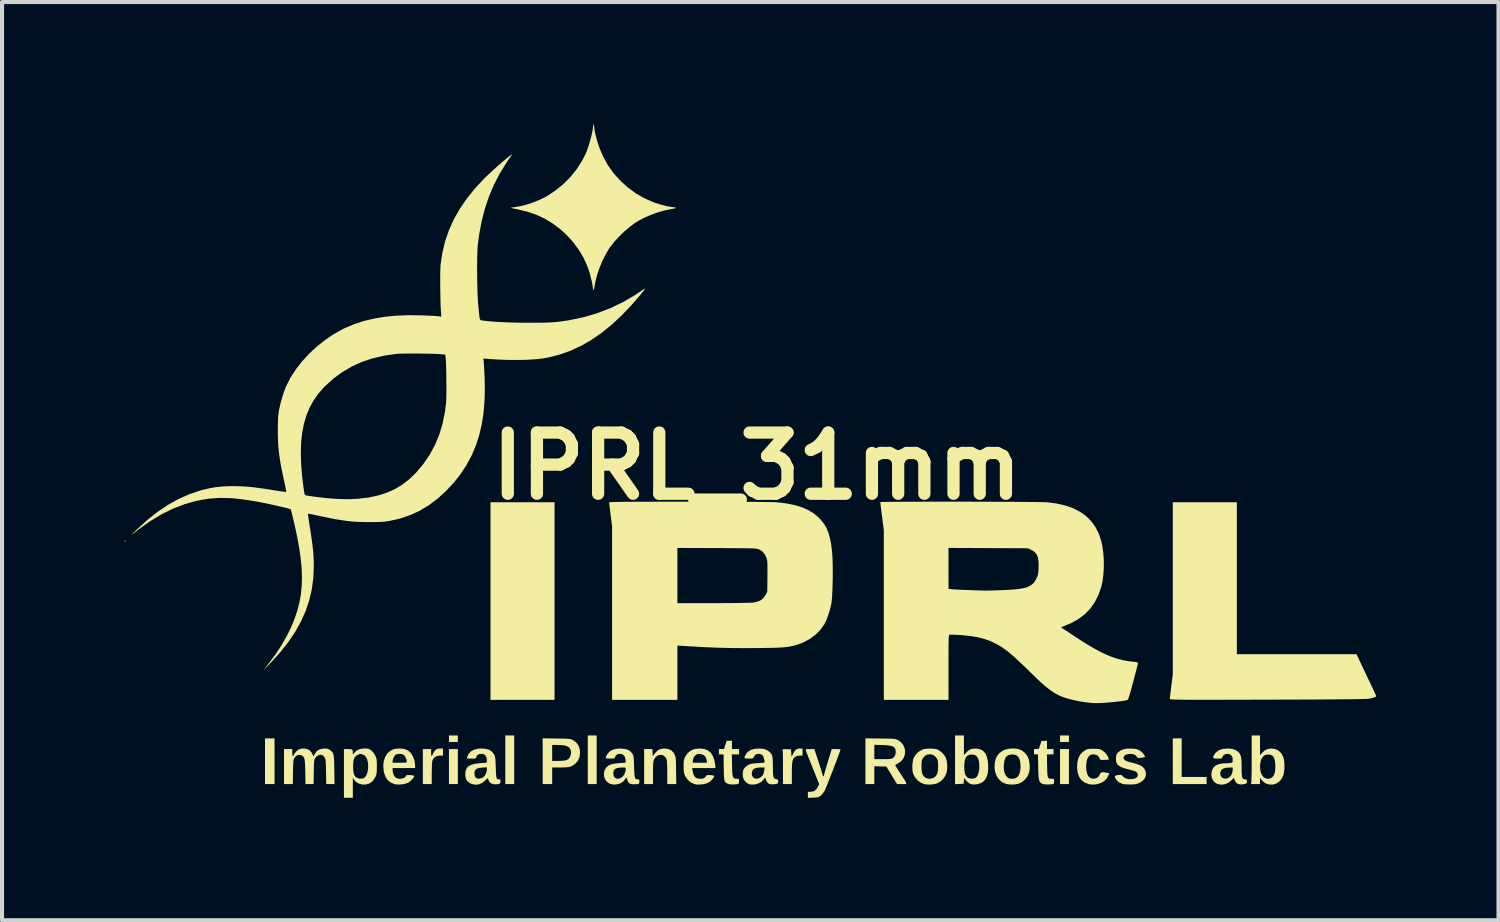
<source format=kicad_pcb>
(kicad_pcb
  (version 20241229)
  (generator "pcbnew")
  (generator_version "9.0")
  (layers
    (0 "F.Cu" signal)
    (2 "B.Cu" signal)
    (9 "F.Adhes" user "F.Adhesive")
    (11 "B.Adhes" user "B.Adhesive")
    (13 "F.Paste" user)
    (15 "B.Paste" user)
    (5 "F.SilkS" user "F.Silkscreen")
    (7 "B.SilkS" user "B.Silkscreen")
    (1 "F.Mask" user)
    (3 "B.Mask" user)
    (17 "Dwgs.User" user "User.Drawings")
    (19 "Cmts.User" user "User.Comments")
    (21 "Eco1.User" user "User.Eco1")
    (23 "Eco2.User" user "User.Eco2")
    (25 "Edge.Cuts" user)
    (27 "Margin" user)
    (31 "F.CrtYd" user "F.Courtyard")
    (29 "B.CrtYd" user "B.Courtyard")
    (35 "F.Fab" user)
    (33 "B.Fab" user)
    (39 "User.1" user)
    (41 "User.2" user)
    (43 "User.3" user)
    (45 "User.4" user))
  (footprint "IPRL_31mm"
    (layer "F.Cu")
    (at 15.508 8.378)
    (property "Reference" "IPRL_31mm" (at 0 0 0) (layer "F.SilkS") (effects (font (size 1.5 1.5) (thickness 0.3))))
    (attr board_only exclude_from_pos_files exclude_from_bom)
    (fp_poly (pts (xy -15.48 1.826) (xy -15.479 1.831) (xy -15.489 1.852) (xy -15.493 1.855) (xy -15.507 1.854) (xy -15.508 1.849) (xy -15.497 1.829) (xy -15.493 1.826)) (stroke (width 0) (type solid)) (fill yes) (layer "F.SilkS"))
    (fp_poly (pts (xy -11.827 7.237) (xy -11.827 7.797) (xy -11.944 7.797) (xy -12.06 7.797) (xy -12.06 7.237) (xy -12.06 6.677) (xy -11.944 6.677) (xy -11.827 6.677)) (stroke (width 0) (type solid)) (fill yes) (layer "F.SilkS"))
    (fp_poly (pts (xy -7.332 6.685) (xy -7.332 6.765) (xy -7.441 6.765) (xy -7.55 6.765) (xy -7.55 6.685) (xy -7.55 6.605) (xy -7.441 6.605) (xy -7.332 6.605)) (stroke (width 0) (type solid)) (fill yes) (layer "F.SilkS"))
    (fp_poly (pts (xy -7.332 7.368) (xy -7.332 7.797) (xy -7.441 7.797) (xy -7.55 7.797) (xy -7.55 7.368) (xy -7.55 6.939) (xy -7.441 6.939) (xy -7.332 6.939)) (stroke (width 0) (type solid)) (fill yes) (layer "F.SilkS"))
    (fp_poly (pts (xy -5.95 7.201) (xy -5.95 7.797) (xy -6.059 7.797) (xy -6.168 7.797) (xy -6.168 7.201) (xy -6.168 6.605) (xy -6.059 6.605) (xy -5.95 6.605)) (stroke (width 0) (type solid)) (fill yes) (layer "F.SilkS"))
    (fp_poly (pts (xy -4.961 3.31) (xy -4.961 5.732) (xy -5.746 5.732) (xy -6.532 5.732) (xy -6.532 3.31) (xy -6.532 0.887) (xy -5.746 0.887) (xy -4.961 0.887)) (stroke (width 0) (type solid)) (fill yes) (layer "F.SilkS"))
    (fp_poly (pts (xy -3.928 7.201) (xy -3.928 7.797) (xy -4.037 7.797) (xy -4.146 7.797) (xy -4.146 7.201) (xy -4.146 6.605) (xy -4.037 6.605) (xy -3.928 6.605)) (stroke (width 0) (type solid)) (fill yes) (layer "F.SilkS"))
    (fp_poly (pts (xy 7.652 6.685) (xy 7.652 6.765) (xy 7.543 6.765) (xy 7.434 6.765) (xy 7.434 6.685) (xy 7.434 6.605) (xy 7.543 6.605) (xy 7.652 6.605)) (stroke (width 0) (type solid)) (fill yes) (layer "F.SilkS"))
    (fp_poly (pts (xy 7.652 7.368) (xy 7.652 7.797) (xy 7.543 7.797) (xy 7.434 7.797) (xy 7.434 7.368) (xy 7.434 6.939) (xy 7.543 6.939) (xy 7.652 6.939)) (stroke (width 0) (type solid)) (fill yes) (layer "F.SilkS"))
    (fp_poly (pts (xy 10.416 7.15) (xy 10.416 7.623) (xy 10.722 7.623) (xy 11.027 7.623) (xy 11.027 7.71) (xy 11.027 7.797) (xy 10.612 7.797) (xy 10.198 7.797) (xy 10.198 7.237) (xy 10.198 6.677) (xy 10.307 6.677) (xy 10.416 6.677)) (stroke (width 0) (type solid)) (fill yes) (layer "F.SilkS"))
    (fp_poly (pts (xy -7.696 7.012) (xy -7.696 7.099) (xy -7.775 7.099) (xy -7.85 7.111) (xy -7.908 7.145) (xy -7.947 7.2) (xy -7.957 7.227) (xy -7.962 7.259) (xy -7.966 7.315) (xy -7.969 7.387) (xy -7.971 7.47) (xy -7.972 7.539) (xy -7.972 7.797) (xy -8.081 7.797) (xy -8.19 7.797) (xy -8.19 7.368) (xy -8.19 6.939) (xy -8.088 6.939) (xy -7.987 6.939) (xy -7.987 7.026) (xy -7.985 7.072) (xy -7.981 7.104) (xy -7.976 7.114) (xy -7.964 7.101) (xy -7.948 7.07) (xy -7.938 7.048) (xy -7.902 6.983) (xy -7.857 6.944) (xy -7.798 6.926) (xy -7.766 6.925) (xy -7.696 6.925)) (stroke (width 0) (type solid)) (fill yes) (layer "F.SilkS"))
    (fp_poly (pts (xy 1.12 7.012) (xy 1.12 7.099) (xy 1.049 7.099) (xy 0.988 7.106) (xy 0.942 7.128) (xy 0.939 7.131) (xy 0.912 7.154) (xy 0.892 7.181) (xy 0.878 7.215) (xy 0.868 7.261) (xy 0.862 7.322) (xy 0.859 7.404) (xy 0.858 7.509) (xy 0.858 7.528) (xy 0.858 7.797) (xy 0.749 7.797) (xy 0.64 7.797) (xy 0.64 7.391) (xy 0.64 7.285) (xy 0.639 7.187) (xy 0.638 7.101) (xy 0.636 7.033) (xy 0.634 6.985) (xy 0.631 6.962) (xy 0.631 6.962) (xy 0.63 6.949) (xy 0.641 6.943) (xy 0.669 6.941) (xy 0.721 6.942) (xy 0.729 6.942) (xy 0.836 6.946) (xy 0.844 7.04) (xy 0.851 7.134) (xy 0.887 7.057) (xy 0.924 6.99) (xy 0.965 6.949) (xy 1.014 6.928) (xy 1.057 6.925) (xy 1.12 6.925)) (stroke (width 0) (type solid)) (fill yes) (layer "F.SilkS"))
    (fp_poly (pts (xy -2.174 6.935) (xy -2.104 6.966) (xy -2.049 7.019) (xy -2.023 7.062) (xy -2.011 7.087) (xy -2.002 7.11) (xy -1.995 7.136) (xy -1.99 7.17) (xy -1.987 7.215) (xy -1.984 7.277) (xy -1.982 7.359) (xy -1.981 7.466) (xy -1.981 7.466) (xy -1.975 7.797) (xy -2.086 7.797) (xy -2.197 7.797) (xy -2.197 7.525) (xy -2.198 7.435) (xy -2.2 7.351) (xy -2.203 7.281) (xy -2.207 7.228) (xy -2.211 7.2) (xy -2.241 7.138) (xy -2.288 7.097) (xy -2.348 7.08) (xy -2.353 7.079) (xy -2.421 7.091) (xy -2.476 7.128) (xy -2.517 7.186) (xy -2.527 7.209) (xy -2.534 7.234) (xy -2.54 7.266) (xy -2.543 7.31) (xy -2.545 7.371) (xy -2.546 7.453) (xy -2.546 7.52) (xy -2.546 7.797) (xy -2.655 7.797) (xy -2.764 7.797) (xy -2.764 7.368) (xy -2.764 6.939) (xy -2.663 6.939) (xy -2.562 6.939) (xy -2.557 7.027) (xy -2.553 7.114) (xy -2.502 7.046) (xy -2.444 6.982) (xy -2.381 6.944) (xy -2.306 6.927) (xy -2.262 6.925)) (stroke (width 0) (type solid)) (fill yes) (layer "F.SilkS"))
    (fp_poly (pts (xy -0.611 6.837) (xy -0.611 6.939) (xy -0.524 6.939) (xy -0.436 6.939) (xy -0.436 7.005) (xy -0.436 7.07) (xy -0.525 7.07) (xy -0.613 7.07) (xy -0.608 7.338) (xy -0.606 7.444) (xy -0.602 7.524) (xy -0.596 7.583) (xy -0.585 7.623) (xy -0.569 7.647) (xy -0.547 7.661) (xy -0.518 7.666) (xy -0.492 7.667) (xy -0.456 7.668) (xy -0.441 7.678) (xy -0.437 7.706) (xy -0.436 7.724) (xy -0.44 7.763) (xy -0.448 7.787) (xy -0.451 7.79) (xy -0.482 7.8) (xy -0.532 7.805) (xy -0.59 7.807) (xy -0.646 7.804) (xy -0.691 7.797) (xy -0.706 7.793) (xy -0.737 7.777) (xy -0.761 7.761) (xy -0.779 7.741) (xy -0.792 7.713) (xy -0.801 7.673) (xy -0.806 7.617) (xy -0.809 7.541) (xy -0.811 7.442) (xy -0.812 7.389) (xy -0.816 7.07) (xy -0.874 7.07) (xy -0.931 7.07) (xy -0.931 7.005) (xy -0.931 6.939) (xy -0.868 6.939) (xy -0.806 6.939) (xy -0.773 6.837) (xy -0.74 6.736) (xy -0.676 6.736) (xy -0.611 6.736)) (stroke (width 0) (type solid)) (fill yes) (layer "F.SilkS"))
    (fp_poly (pts (xy 7.114 6.837) (xy 7.114 6.939) (xy 7.194 6.939) (xy 7.274 6.939) (xy 7.274 7.005) (xy 7.274 7.07) (xy 7.193 7.07) (xy 7.112 7.07) (xy 7.117 7.348) (xy 7.119 7.452) (xy 7.122 7.53) (xy 7.127 7.587) (xy 7.136 7.625) (xy 7.15 7.649) (xy 7.17 7.661) (xy 7.198 7.666) (xy 7.233 7.667) (xy 7.269 7.668) (xy 7.284 7.678) (xy 7.288 7.706) (xy 7.288 7.724) (xy 7.285 7.763) (xy 7.276 7.788) (xy 7.273 7.791) (xy 7.242 7.8) (xy 7.192 7.805) (xy 7.133 7.807) (xy 7.074 7.805) (xy 7.025 7.798) (xy 7.002 7.792) (xy 6.972 7.776) (xy 6.948 7.755) (xy 6.931 7.728) (xy 6.918 7.689) (xy 6.909 7.634) (xy 6.904 7.561) (xy 6.9 7.466) (xy 6.898 7.372) (xy 6.893 7.07) (xy 6.843 7.07) (xy 6.813 7.069) (xy 6.798 7.059) (xy 6.794 7.033) (xy 6.794 7.005) (xy 6.794 6.941) (xy 6.854 6.936) (xy 6.915 6.932) (xy 6.946 6.837) (xy 6.978 6.743) (xy 7.046 6.738) (xy 7.114 6.734)) (stroke (width 0) (type solid)) (fill yes) (layer "F.SilkS"))
    (fp_poly (pts (xy -4.913 6.68) (xy -4.805 6.682) (xy -4.721 6.683) (xy -4.658 6.686) (xy -4.611 6.689) (xy -4.577 6.694) (xy -4.552 6.7) (xy -4.531 6.709) (xy -4.517 6.716) (xy -4.435 6.773) (xy -4.378 6.845) (xy -4.345 6.932) (xy -4.335 7.03) (xy -4.348 7.134) (xy -4.387 7.223) (xy -4.449 7.297) (xy -4.532 7.353) (xy -4.581 7.373) (xy -4.615 7.38) (xy -4.671 7.385) (xy -4.742 7.389) (xy -4.822 7.39) (xy -4.825 7.39) (xy -5.019 7.39) (xy -5.019 7.594) (xy -5.019 7.797) (xy -5.135 7.797) (xy -5.252 7.797) (xy -5.252 7.236) (xy -5.252 7.034) (xy -5.019 7.034) (xy -5.019 7.23) (xy -4.87 7.229) (xy -4.801 7.227) (xy -4.738 7.222) (xy -4.689 7.216) (xy -4.671 7.211) (xy -4.614 7.177) (xy -4.575 7.121) (xy -4.557 7.046) (xy -4.556 6.994) (xy -4.568 6.954) (xy -4.585 6.925) (xy -4.616 6.89) (xy -4.659 6.866) (xy -4.717 6.85) (xy -4.796 6.841) (xy -4.884 6.839) (xy -5.019 6.837) (xy -5.019 7.034) (xy -5.252 7.034) (xy -5.252 6.675)) (stroke (width 0) (type solid)) (fill yes) (layer "F.SilkS"))
    (fp_poly (pts (xy 5.077 6.847) (xy 5.077 7.089) (xy 5.136 7.022) (xy 5.191 6.97) (xy 5.251 6.939) (xy 5.322 6.927) (xy 5.392 6.928) (xy 5.479 6.946) (xy 5.548 6.983) (xy 5.601 7.043) (xy 5.639 7.124) (xy 5.662 7.23) (xy 5.671 7.336) (xy 5.671 7.445) (xy 5.661 7.534) (xy 5.639 7.609) (xy 5.603 7.678) (xy 5.596 7.689) (xy 5.548 7.739) (xy 5.48 7.777) (xy 5.401 7.801) (xy 5.318 7.808) (xy 5.242 7.797) (xy 5.207 7.778) (xy 5.165 7.745) (xy 5.137 7.716) (xy 5.079 7.65) (xy 5.074 7.72) (xy 5.07 7.79) (xy 4.964 7.794) (xy 4.859 7.799) (xy 4.859 7.368) (xy 5.084 7.368) (xy 5.089 7.468) (xy 5.102 7.544) (xy 5.127 7.598) (xy 5.163 7.636) (xy 5.177 7.645) (xy 5.234 7.663) (xy 5.296 7.664) (xy 5.353 7.649) (xy 5.373 7.637) (xy 5.407 7.595) (xy 5.433 7.53) (xy 5.45 7.45) (xy 5.455 7.365) (xy 5.449 7.258) (xy 5.428 7.176) (xy 5.393 7.118) (xy 5.343 7.083) (xy 5.277 7.071) (xy 5.269 7.07) (xy 5.203 7.08) (xy 5.153 7.108) (xy 5.117 7.157) (xy 5.095 7.229) (xy 5.085 7.326) (xy 5.084 7.368) (xy 4.859 7.368) (xy 4.859 7.202) (xy 4.859 6.605) (xy 4.968 6.605) (xy 5.077 6.605)) (stroke (width 0) (type solid)) (fill yes) (layer "F.SilkS"))
    (fp_poly (pts (xy 6.423 6.941) (xy 6.423 6.941) (xy 6.492 6.97) (xy 6.559 7.021) (xy 6.616 7.085) (xy 6.648 7.139) (xy 6.674 7.218) (xy 6.688 7.313) (xy 6.689 7.412) (xy 6.677 7.505) (xy 6.671 7.527) (xy 6.633 7.611) (xy 6.574 7.687) (xy 6.501 7.748) (xy 6.42 7.787) (xy 6.415 7.789) (xy 6.32 7.807) (xy 6.218 7.809) (xy 6.122 7.796) (xy 6.092 7.787) (xy 6.003 7.743) (xy 5.93 7.677) (xy 5.876 7.593) (xy 5.841 7.493) (xy 5.827 7.382) (xy 5.831 7.332) (xy 6.055 7.332) (xy 6.056 7.437) (xy 6.072 7.521) (xy 6.106 7.588) (xy 6.132 7.618) (xy 6.165 7.648) (xy 6.197 7.662) (xy 6.241 7.666) (xy 6.255 7.667) (xy 6.323 7.659) (xy 6.372 7.637) (xy 6.415 7.59) (xy 6.446 7.519) (xy 6.463 7.429) (xy 6.466 7.361) (xy 6.458 7.255) (xy 6.436 7.175) (xy 6.398 7.117) (xy 6.345 7.083) (xy 6.276 7.07) (xy 6.268 7.07) (xy 6.194 7.079) (xy 6.137 7.105) (xy 6.096 7.152) (xy 6.07 7.222) (xy 6.056 7.316) (xy 6.055 7.332) (xy 5.831 7.332) (xy 5.835 7.271) (xy 5.854 7.186) (xy 5.883 7.119) (xy 5.929 7.058) (xy 5.947 7.037) (xy 6.017 6.985) (xy 6.105 6.947) (xy 6.206 6.927) (xy 6.314 6.924)) (stroke (width 0) (type solid)) (fill yes) (layer "F.SilkS"))
    (fp_poly (pts (xy 11.769 2.749) (xy 11.769 4.612) (xy 13.235 4.612) (xy 14.702 4.612) (xy 14.941 5.115) (xy 14.995 5.228) (xy 15.044 5.333) (xy 15.089 5.427) (xy 15.126 5.507) (xy 15.156 5.571) (xy 15.176 5.615) (xy 15.184 5.636) (xy 15.185 5.637) (xy 15.176 5.654) (xy 15.141 5.671) (xy 15.078 5.689) (xy 14.999 5.704) (xy 14.975 5.707) (xy 14.932 5.709) (xy 14.869 5.711) (xy 14.786 5.713) (xy 14.681 5.715) (xy 14.553 5.717) (xy 14.403 5.718) (xy 14.229 5.72) (xy 14.031 5.721) (xy 13.807 5.723) (xy 13.558 5.724) (xy 13.282 5.725) (xy 12.978 5.726) (xy 12.647 5.727) (xy 12.515 5.727) (xy 12.206 5.728) (xy 11.925 5.729) (xy 11.67 5.729) (xy 11.44 5.73) (xy 11.235 5.73) (xy 11.052 5.73) (xy 10.89 5.73) (xy 10.748 5.73) (xy 10.625 5.73) (xy 10.519 5.729) (xy 10.43 5.728) (xy 10.354 5.727) (xy 10.293 5.726) (xy 10.243 5.725) (xy 10.204 5.723) (xy 10.175 5.721) (xy 10.154 5.719) (xy 10.14 5.717) (xy 10.131 5.714) (xy 10.127 5.711) (xy 10.125 5.708) (xy 10.125 5.707) (xy 10.127 5.685) (xy 10.132 5.639) (xy 10.14 5.574) (xy 10.149 5.495) (xy 10.16 5.406) (xy 10.161 5.397) (xy 10.198 5.113) (xy 10.198 3) (xy 10.198 0.887) (xy 10.983 0.887) (xy 11.769 0.887)) (stroke (width 0) (type solid)) (fill yes) (layer "F.SilkS"))
    (fp_poly (pts (xy 8.324 6.933) (xy 8.372 6.936) (xy 8.408 6.943) (xy 8.439 6.955) (xy 8.471 6.973) (xy 8.536 7.024) (xy 8.588 7.088) (xy 8.619 7.156) (xy 8.62 7.16) (xy 8.629 7.199) (xy 8.524 7.203) (xy 8.47 7.205) (xy 8.437 7.204) (xy 8.42 7.196) (xy 8.41 7.181) (xy 8.406 7.172) (xy 8.374 7.115) (xy 8.33 7.082) (xy 8.267 7.07) (xy 8.256 7.07) (xy 8.207 7.073) (xy 8.174 7.084) (xy 8.145 7.109) (xy 8.143 7.11) (xy 8.107 7.164) (xy 8.085 7.237) (xy 8.075 7.332) (xy 8.074 7.368) (xy 8.081 7.478) (xy 8.104 7.562) (xy 8.141 7.622) (xy 8.192 7.656) (xy 8.253 7.667) (xy 8.322 7.654) (xy 8.374 7.619) (xy 8.41 7.559) (xy 8.411 7.557) (xy 8.424 7.529) (xy 8.443 7.513) (xy 8.473 7.507) (xy 8.521 7.51) (xy 8.578 7.519) (xy 8.639 7.528) (xy 8.619 7.587) (xy 8.579 7.66) (xy 8.517 7.722) (xy 8.437 7.769) (xy 8.347 7.799) (xy 8.249 7.811) (xy 8.15 7.801) (xy 8.139 7.798) (xy 8.041 7.761) (xy 7.962 7.704) (xy 7.905 7.626) (xy 7.868 7.528) (xy 7.852 7.41) (xy 7.852 7.38) (xy 7.859 7.258) (xy 7.885 7.157) (xy 7.928 7.075) (xy 7.992 7.008) (xy 8.037 6.976) (xy 8.071 6.956) (xy 8.102 6.943) (xy 8.136 6.936) (xy 8.182 6.933) (xy 8.249 6.932) (xy 8.255 6.932)) (stroke (width 0) (type solid)) (fill yes) (layer "F.SilkS"))
    (fp_poly (pts (xy 3.03 6.68) (xy 3.143 6.682) (xy 3.232 6.683) (xy 3.299 6.685) (xy 3.349 6.688) (xy 3.385 6.693) (xy 3.412 6.698) (xy 3.434 6.706) (xy 3.454 6.715) (xy 3.456 6.716) (xy 3.534 6.772) (xy 3.589 6.841) (xy 3.623 6.919) (xy 3.635 7.002) (xy 3.626 7.084) (xy 3.596 7.162) (xy 3.544 7.23) (xy 3.471 7.284) (xy 3.448 7.296) (xy 3.412 7.316) (xy 3.395 7.335) (xy 3.395 7.34) (xy 3.405 7.358) (xy 3.428 7.396) (xy 3.461 7.448) (xy 3.502 7.511) (xy 3.526 7.548) (xy 3.582 7.634) (xy 3.623 7.697) (xy 3.65 7.742) (xy 3.663 7.771) (xy 3.663 7.788) (xy 3.65 7.796) (xy 3.625 7.798) (xy 3.587 7.798) (xy 3.559 7.797) (xy 3.437 7.797) (xy 3.306 7.583) (xy 3.175 7.368) (xy 3.028 7.364) (xy 2.88 7.36) (xy 2.88 7.579) (xy 2.88 7.797) (xy 2.771 7.797) (xy 2.662 7.797) (xy 2.662 7.236) (xy 2.662 7.01) (xy 2.88 7.01) (xy 2.88 7.186) (xy 3.085 7.186) (xy 3.172 7.186) (xy 3.236 7.183) (xy 3.28 7.179) (xy 3.311 7.172) (xy 3.332 7.162) (xy 3.375 7.123) (xy 3.399 7.067) (xy 3.404 7.01) (xy 3.4 6.957) (xy 3.385 6.917) (xy 3.357 6.887) (xy 3.312 6.866) (xy 3.246 6.852) (xy 3.157 6.844) (xy 3.08 6.84) (xy 2.88 6.834) (xy 2.88 7.01) (xy 2.662 7.01) (xy 2.662 6.676)) (stroke (width 0) (type solid)) (fill yes) (layer "F.SilkS"))
    (fp_poly (pts (xy 12.337 6.848) (xy 12.337 7.092) (xy 12.382 7.037) (xy 12.451 6.973) (xy 12.531 6.936) (xy 12.616 6.925) (xy 12.71 6.938) (xy 12.791 6.977) (xy 12.856 7.038) (xy 12.902 7.12) (xy 12.919 7.175) (xy 12.932 7.261) (xy 12.937 7.359) (xy 12.932 7.457) (xy 12.919 7.544) (xy 12.913 7.568) (xy 12.874 7.657) (xy 12.817 7.728) (xy 12.746 7.779) (xy 12.666 7.807) (xy 12.58 7.81) (xy 12.493 7.787) (xy 12.488 7.784) (xy 12.441 7.756) (xy 12.396 7.716) (xy 12.383 7.701) (xy 12.336 7.645) (xy 12.336 7.721) (xy 12.336 7.797) (xy 12.225 7.797) (xy 12.114 7.797) (xy 12.124 7.752) (xy 12.126 7.727) (xy 12.127 7.677) (xy 12.129 7.605) (xy 12.131 7.514) (xy 12.132 7.409) (xy 12.132 7.403) (xy 12.338 7.403) (xy 12.351 7.49) (xy 12.378 7.565) (xy 12.417 7.621) (xy 12.425 7.629) (xy 12.482 7.661) (xy 12.545 7.668) (xy 12.605 7.652) (xy 12.642 7.625) (xy 12.678 7.575) (xy 12.701 7.509) (xy 12.712 7.423) (xy 12.712 7.325) (xy 12.703 7.229) (xy 12.683 7.158) (xy 12.652 7.11) (xy 12.607 7.082) (xy 12.545 7.071) (xy 12.526 7.07) (xy 12.462 7.084) (xy 12.409 7.123) (xy 12.37 7.186) (xy 12.358 7.219) (xy 12.34 7.311) (xy 12.338 7.403) (xy 12.132 7.403) (xy 12.132 7.292) (xy 12.133 7.166) (xy 12.133 7.156) (xy 12.133 6.605) (xy 12.234 6.605) (xy 12.336 6.605)) (stroke (width 0) (type solid)) (fill yes) (layer "F.SilkS"))
    (fp_poly (pts (xy 4.35 6.933) (xy 4.409 6.943) (xy 4.438 6.954) (xy 4.506 6.998) (xy 4.568 7.056) (xy 4.615 7.116) (xy 4.626 7.136) (xy 4.651 7.21) (xy 4.665 7.3) (xy 4.668 7.396) (xy 4.658 7.487) (xy 4.649 7.527) (xy 4.611 7.611) (xy 4.553 7.687) (xy 4.48 7.748) (xy 4.4 7.787) (xy 4.394 7.789) (xy 4.309 7.805) (xy 4.215 7.81) (xy 4.127 7.802) (xy 4.107 7.798) (xy 4.019 7.763) (xy 3.94 7.705) (xy 3.876 7.629) (xy 3.832 7.542) (xy 3.826 7.522) (xy 3.814 7.448) (xy 3.812 7.368) (xy 4.037 7.368) (xy 4.04 7.456) (xy 4.05 7.522) (xy 4.068 7.572) (xy 4.098 7.611) (xy 4.126 7.636) (xy 4.176 7.66) (xy 4.239 7.667) (xy 4.303 7.657) (xy 4.344 7.639) (xy 4.388 7.602) (xy 4.418 7.552) (xy 4.436 7.484) (xy 4.443 7.394) (xy 4.444 7.361) (xy 4.442 7.289) (xy 4.438 7.239) (xy 4.429 7.202) (xy 4.415 7.173) (xy 4.365 7.111) (xy 4.305 7.076) (xy 4.254 7.066) (xy 4.178 7.074) (xy 4.119 7.105) (xy 4.073 7.16) (xy 4.072 7.162) (xy 4.055 7.194) (xy 4.045 7.227) (xy 4.04 7.267) (xy 4.037 7.324) (xy 4.037 7.368) (xy 3.812 7.368) (xy 3.811 7.36) (xy 3.818 7.269) (xy 3.834 7.19) (xy 3.841 7.166) (xy 3.887 7.084) (xy 3.954 7.013) (xy 4.037 6.961) (xy 4.077 6.945) (xy 4.132 6.934) (xy 4.202 6.928) (xy 4.278 6.927)) (stroke (width 0) (type solid)) (fill yes) (layer "F.SilkS"))
    (fp_poly (pts (xy 1.512 7.252) (xy 1.542 7.343) (xy 1.568 7.426) (xy 1.59 7.496) (xy 1.605 7.548) (xy 1.614 7.58) (xy 1.615 7.586) (xy 1.623 7.606) (xy 1.629 7.608) (xy 1.642 7.597) (xy 1.644 7.587) (xy 1.648 7.567) (xy 1.659 7.524) (xy 1.677 7.463) (xy 1.698 7.389) (xy 1.719 7.322) (xy 1.745 7.236) (xy 1.769 7.155) (xy 1.791 7.085) (xy 1.807 7.032) (xy 1.814 7.008) (xy 1.835 6.939) (xy 1.943 6.939) (xy 1.995 6.94) (xy 2.033 6.944) (xy 2.051 6.948) (xy 2.051 6.949) (xy 2.046 6.968) (xy 2.032 7.011) (xy 2.009 7.073) (xy 1.98 7.151) (xy 1.947 7.24) (xy 1.909 7.338) (xy 1.87 7.441) (xy 1.83 7.544) (xy 1.791 7.644) (xy 1.754 7.737) (xy 1.721 7.82) (xy 1.693 7.888) (xy 1.672 7.938) (xy 1.659 7.967) (xy 1.658 7.968) (xy 1.624 8.018) (xy 1.584 8.064) (xy 1.562 8.084) (xy 1.532 8.104) (xy 1.502 8.117) (xy 1.464 8.124) (xy 1.409 8.129) (xy 1.38 8.13) (xy 1.251 8.135) (xy 1.251 8.061) (xy 1.251 7.987) (xy 1.313 7.986) (xy 1.378 7.979) (xy 1.427 7.955) (xy 1.468 7.908) (xy 1.488 7.875) (xy 1.528 7.8) (xy 1.366 7.395) (xy 1.325 7.292) (xy 1.287 7.197) (xy 1.254 7.113) (xy 1.227 7.045) (xy 1.208 6.995) (xy 1.198 6.968) (xy 1.197 6.965) (xy 1.196 6.952) (xy 1.207 6.944) (xy 1.235 6.94) (xy 1.285 6.939) (xy 1.3 6.939) (xy 1.41 6.939)) (stroke (width 0) (type solid)) (fill yes) (layer "F.SilkS"))
    (fp_poly (pts (xy -1.293 6.936) (xy -1.204 6.97) (xy -1.133 7.027) (xy -1.08 7.108) (xy -1.042 7.211) (xy -1.023 7.321) (xy -1.014 7.405) (xy -1.301 7.405) (xy -1.587 7.405) (xy -1.578 7.459) (xy -1.559 7.544) (xy -1.533 7.604) (xy -1.497 7.641) (xy -1.448 7.661) (xy -1.387 7.667) (xy -1.334 7.664) (xy -1.299 7.653) (xy -1.274 7.633) (xy -1.249 7.606) (xy -1.235 7.586) (xy -1.235 7.586) (xy -1.218 7.578) (xy -1.183 7.575) (xy -1.14 7.577) (xy -1.096 7.582) (xy -1.062 7.589) (xy -1.047 7.599) (xy -1.047 7.6) (xy -1.059 7.633) (xy -1.088 7.674) (xy -1.128 7.717) (xy -1.174 7.753) (xy -1.201 7.769) (xy -1.258 7.788) (xy -1.329 7.802) (xy -1.406 7.809) (xy -1.476 7.808) (xy -1.528 7.799) (xy -1.621 7.757) (xy -1.694 7.695) (xy -1.751 7.61) (xy -1.763 7.587) (xy -1.779 7.547) (xy -1.789 7.507) (xy -1.794 7.457) (xy -1.796 7.39) (xy -1.796 7.361) (xy -1.796 7.289) (xy -1.793 7.238) (xy -1.791 7.229) (xy -1.571 7.229) (xy -1.571 7.274) (xy -1.395 7.274) (xy -1.22 7.274) (xy -1.229 7.226) (xy -1.241 7.174) (xy -1.253 7.141) (xy -1.271 7.116) (xy -1.297 7.093) (xy -1.349 7.065) (xy -1.41 7.055) (xy -1.468 7.064) (xy -1.495 7.078) (xy -1.537 7.122) (xy -1.564 7.182) (xy -1.571 7.229) (xy -1.791 7.229) (xy -1.785 7.198) (xy -1.773 7.162) (xy -1.756 7.126) (xy -1.701 7.042) (xy -1.629 6.981) (xy -1.539 6.942) (xy -1.431 6.925) (xy -1.398 6.925)) (stroke (width 0) (type solid)) (fill yes) (layer "F.SilkS"))
    (fp_poly (pts (xy -9.561 6.926) (xy -9.521 6.933) (xy -9.487 6.949) (xy -9.46 6.967) (xy -9.403 7.023) (xy -9.359 7.095) (xy -9.342 7.132) (xy -9.33 7.165) (xy -9.323 7.201) (xy -9.319 7.246) (xy -9.318 7.309) (xy -9.318 7.361) (xy -9.318 7.441) (xy -9.321 7.499) (xy -9.326 7.542) (xy -9.335 7.577) (xy -9.349 7.611) (xy -9.351 7.615) (xy -9.392 7.689) (xy -9.438 7.741) (xy -9.496 7.779) (xy -9.507 7.785) (xy -9.588 7.808) (xy -9.672 7.809) (xy -9.753 7.788) (xy -9.823 7.749) (xy -9.871 7.698) (xy -9.907 7.645) (xy -9.907 7.889) (xy -9.907 8.132) (xy -10.016 8.132) (xy -10.125 8.132) (xy -10.125 7.536) (xy -10.125 7.361) (xy -9.9 7.361) (xy -9.897 7.455) (xy -9.888 7.526) (xy -9.871 7.577) (xy -9.845 7.614) (xy -9.813 7.639) (xy -9.76 7.66) (xy -9.701 7.665) (xy -9.647 7.655) (xy -9.621 7.641) (xy -9.581 7.592) (xy -9.552 7.522) (xy -9.534 7.437) (xy -9.53 7.343) (xy -9.541 7.248) (xy -9.542 7.242) (xy -9.566 7.164) (xy -9.601 7.111) (xy -9.65 7.077) (xy -9.673 7.069) (xy -9.716 7.06) (xy -9.751 7.064) (xy -9.785 7.079) (xy -9.832 7.108) (xy -9.864 7.145) (xy -9.885 7.196) (xy -9.896 7.265) (xy -9.9 7.357) (xy -9.9 7.361) (xy -10.125 7.361) (xy -10.125 6.939) (xy -10.025 6.939) (xy -9.967 6.941) (xy -9.931 6.949) (xy -9.914 6.968) (xy -9.907 7.002) (xy -9.907 7.031) (xy -9.907 7.077) (xy -9.869 7.03) (xy -9.811 6.974) (xy -9.739 6.94) (xy -9.649 6.925) (xy -9.619 6.925)) (stroke (width 0) (type solid)) (fill yes) (layer "F.SilkS"))
    (fp_poly (pts (xy -8.662 6.934) (xy -8.588 6.956) (xy -8.555 6.973) (xy -8.487 7.034) (xy -8.434 7.116) (xy -8.397 7.212) (xy -8.38 7.317) (xy -8.38 7.343) (xy -8.379 7.405) (xy -8.656 7.405) (xy -8.932 7.405) (xy -8.932 7.455) (xy -8.924 7.516) (xy -8.903 7.576) (xy -8.873 7.624) (xy -8.851 7.644) (xy -8.803 7.662) (xy -8.742 7.667) (xy -8.682 7.658) (xy -8.636 7.636) (xy -8.61 7.611) (xy -8.598 7.589) (xy -8.598 7.588) (xy -8.588 7.578) (xy -8.558 7.574) (xy -8.507 7.576) (xy -8.457 7.581) (xy -8.42 7.588) (xy -8.404 7.593) (xy -8.403 7.612) (xy -8.421 7.642) (xy -8.451 7.679) (xy -8.489 7.717) (xy -8.53 7.749) (xy -8.559 7.767) (xy -8.624 7.79) (xy -8.704 7.804) (xy -8.788 7.809) (xy -8.862 7.803) (xy -8.881 7.799) (xy -8.974 7.762) (xy -9.048 7.705) (xy -9.102 7.627) (xy -9.139 7.526) (xy -9.151 7.468) (xy -9.16 7.347) (xy -9.148 7.237) (xy -8.932 7.237) (xy -8.932 7.274) (xy -8.758 7.274) (xy -8.684 7.273) (xy -8.634 7.272) (xy -8.604 7.269) (xy -8.589 7.263) (xy -8.584 7.253) (xy -8.583 7.245) (xy -8.591 7.198) (xy -8.613 7.146) (xy -8.641 7.101) (xy -8.664 7.078) (xy -8.71 7.061) (xy -8.768 7.056) (xy -8.824 7.064) (xy -8.858 7.079) (xy -8.892 7.117) (xy -8.919 7.171) (xy -8.932 7.227) (xy -8.932 7.237) (xy -9.148 7.237) (xy -9.147 7.236) (xy -9.115 7.136) (xy -9.065 7.052) (xy -8.997 6.988) (xy -8.914 6.945) (xy -8.913 6.945) (xy -8.834 6.928) (xy -8.747 6.925)) (stroke (width 0) (type solid)) (fill yes) (layer "F.SilkS"))
    (fp_poly (pts (xy -11.031 6.936) (xy -10.966 6.969) (xy -10.916 7.027) (xy -10.901 7.055) (xy -10.87 7.119) (xy -10.84 7.06) (xy -10.797 6.996) (xy -10.741 6.955) (xy -10.669 6.932) (xy -10.62 6.927) (xy -10.564 6.926) (xy -10.525 6.931) (xy -10.492 6.945) (xy -10.475 6.956) (xy -10.443 6.979) (xy -10.418 7.002) (xy -10.399 7.029) (xy -10.385 7.063) (xy -10.375 7.109) (xy -10.369 7.17) (xy -10.364 7.249) (xy -10.362 7.351) (xy -10.361 7.445) (xy -10.356 7.797) (xy -10.458 7.797) (xy -10.559 7.797) (xy -10.564 7.496) (xy -10.566 7.391) (xy -10.568 7.311) (xy -10.572 7.252) (xy -10.576 7.209) (xy -10.582 7.178) (xy -10.59 7.156) (xy -10.595 7.146) (xy -10.633 7.1) (xy -10.682 7.079) (xy -10.734 7.081) (xy -10.785 7.107) (xy -10.826 7.155) (xy -10.838 7.175) (xy -10.846 7.195) (xy -10.853 7.222) (xy -10.857 7.258) (xy -10.86 7.309) (xy -10.862 7.379) (xy -10.864 7.472) (xy -10.864 7.503) (xy -10.869 7.797) (xy -10.968 7.797) (xy -11.067 7.797) (xy -11.073 7.496) (xy -11.076 7.389) (xy -11.079 7.307) (xy -11.083 7.247) (xy -11.088 7.203) (xy -11.094 7.172) (xy -11.103 7.15) (xy -11.104 7.148) (xy -11.141 7.104) (xy -11.19 7.083) (xy -11.243 7.083) (xy -11.294 7.105) (xy -11.336 7.149) (xy -11.342 7.16) (xy -11.352 7.181) (xy -11.359 7.207) (xy -11.364 7.243) (xy -11.368 7.293) (xy -11.371 7.362) (xy -11.373 7.454) (xy -11.374 7.503) (xy -11.378 7.797) (xy -11.486 7.797) (xy -11.594 7.797) (xy -11.594 7.368) (xy -11.594 6.939) (xy -11.493 6.939) (xy -11.391 6.939) (xy -11.391 7.026) (xy -11.389 7.073) (xy -11.383 7.104) (xy -11.376 7.114) (xy -11.362 7.102) (xy -11.362 7.097) (xy -11.351 7.07) (xy -11.325 7.033) (xy -11.291 6.994) (xy -11.254 6.962) (xy -11.24 6.953) (xy -11.178 6.93) (xy -11.113 6.925)) (stroke (width 0) (type solid)) (fill yes) (layer "F.SilkS"))
    (fp_poly (pts (xy 9.187 6.927) (xy 9.255 6.931) (xy 9.302 6.938) (xy 9.339 6.949) (xy 9.375 6.966) (xy 9.391 6.976) (xy 9.429 7.006) (xy 9.466 7.043) (xy 9.495 7.081) (xy 9.513 7.113) (xy 9.514 7.134) (xy 9.513 7.135) (xy 9.495 7.14) (xy 9.457 7.147) (xy 9.418 7.152) (xy 9.369 7.156) (xy 9.341 7.154) (xy 9.326 7.145) (xy 9.315 7.125) (xy 9.315 7.124) (xy 9.284 7.09) (xy 9.232 7.067) (xy 9.164 7.057) (xy 9.119 7.059) (xy 9.055 7.074) (xy 9.011 7.102) (xy 8.99 7.137) (xy 8.993 7.174) (xy 9.019 7.21) (xy 9.07 7.238) (xy 9.089 7.244) (xy 9.129 7.255) (xy 9.186 7.27) (xy 9.25 7.286) (xy 9.264 7.29) (xy 9.367 7.323) (xy 9.444 7.363) (xy 9.497 7.413) (xy 9.528 7.473) (xy 9.538 7.523) (xy 9.534 7.602) (xy 9.502 7.671) (xy 9.443 7.729) (xy 9.391 7.761) (xy 9.343 7.783) (xy 9.299 7.796) (xy 9.249 7.803) (xy 9.182 7.807) (xy 9.173 7.807) (xy 9.106 7.807) (xy 9.043 7.804) (xy 8.995 7.799) (xy 8.984 7.797) (xy 8.933 7.779) (xy 8.883 7.755) (xy 8.88 7.753) (xy 8.842 7.723) (xy 8.809 7.684) (xy 8.785 7.644) (xy 8.775 7.611) (xy 8.777 7.603) (xy 8.794 7.59) (xy 8.832 7.579) (xy 8.86 7.575) (xy 8.905 7.571) (xy 8.935 7.575) (xy 8.96 7.593) (xy 8.981 7.614) (xy 9.039 7.655) (xy 9.114 7.676) (xy 9.201 7.676) (xy 9.219 7.673) (xy 9.283 7.656) (xy 9.321 7.629) (xy 9.338 7.591) (xy 9.34 7.572) (xy 9.335 7.539) (xy 9.32 7.513) (xy 9.289 7.492) (xy 9.24 7.472) (xy 9.168 7.451) (xy 9.121 7.44) (xy 9.013 7.411) (xy 8.93 7.38) (xy 8.871 7.346) (xy 8.832 7.304) (xy 8.811 7.254) (xy 8.804 7.192) (xy 8.805 7.161) (xy 8.81 7.107) (xy 8.82 7.071) (xy 8.84 7.04) (xy 8.859 7.02) (xy 8.916 6.974) (xy 8.985 6.944) (xy 9.07 6.929) (xy 9.177 6.927)) (stroke (width 0) (type solid)) (fill yes) (layer "F.SilkS"))
    (fp_poly (pts (xy -3.996 -8.361) (xy -3.99 -8.325) (xy -3.99 -8.323) (xy -3.978 -8.224) (xy -3.953 -8.107) (xy -3.917 -7.977) (xy -3.873 -7.841) (xy -3.821 -7.706) (xy -3.764 -7.578) (xy -3.761 -7.572) (xy -3.647 -7.369) (xy -3.509 -7.176) (xy -3.348 -6.998) (xy -3.169 -6.835) (xy -2.975 -6.692) (xy -2.768 -6.572) (xy -2.552 -6.475) (xy -2.512 -6.461) (xy -2.35 -6.409) (xy -2.202 -6.371) (xy -2.071 -6.35) (xy -2.061 -6.349) (xy -2.011 -6.342) (xy -1.986 -6.336) (xy -1.987 -6.328) (xy -2.014 -6.318) (xy -2.067 -6.307) (xy -2.145 -6.293) (xy -2.292 -6.261) (xy -2.451 -6.214) (xy -2.612 -6.154) (xy -2.767 -6.086) (xy -2.907 -6.012) (xy -2.984 -5.964) (xy -3.113 -5.869) (xy -3.244 -5.758) (xy -3.371 -5.636) (xy -3.487 -5.51) (xy -3.586 -5.386) (xy -3.627 -5.328) (xy -3.711 -5.186) (xy -3.789 -5.028) (xy -3.859 -4.859) (xy -3.916 -4.689) (xy -3.959 -4.526) (xy -3.979 -4.417) (xy -3.989 -4.353) (xy -3.998 -4.318) (xy -4.007 -4.312) (xy -4.014 -4.334) (xy -4.021 -4.379) (xy -4.032 -4.45) (xy -4.05 -4.538) (xy -4.075 -4.637) (xy -4.102 -4.738) (xy -4.131 -4.831) (xy -4.153 -4.892) (xy -4.245 -5.099) (xy -4.364 -5.3) (xy -4.506 -5.492) (xy -4.668 -5.67) (xy -4.847 -5.83) (xy -5.012 -5.952) (xy -5.203 -6.067) (xy -5.401 -6.16) (xy -5.612 -6.233) (xy -5.842 -6.289) (xy -5.845 -6.29) (xy -5.914 -6.304) (xy -5.972 -6.316) (xy -6.012 -6.326) (xy -6.031 -6.332) (xy -6.032 -6.332) (xy -6.022 -6.337) (xy -5.99 -6.343) (xy -5.943 -6.349) (xy -5.94 -6.35) (xy -5.798 -6.373) (xy -5.643 -6.412) (xy -5.484 -6.465) (xy -5.327 -6.529) (xy -5.182 -6.6) (xy -5.134 -6.628) (xy -4.927 -6.766) (xy -4.735 -6.924) (xy -4.561 -7.101) (xy -4.409 -7.292) (xy -4.28 -7.495) (xy -4.203 -7.647) (xy -4.167 -7.736) (xy -4.131 -7.838) (xy -4.097 -7.947) (xy -4.067 -8.056) (xy -4.042 -8.16) (xy -4.024 -8.252) (xy -4.016 -8.326) (xy -4.015 -8.345) (xy -4.012 -8.374) (xy -4.004 -8.378)) (stroke (width 0) (type solid)) (fill yes) (layer "F.SilkS"))
    (fp_poly (pts (xy 11.649 6.933) (xy 11.729 6.957) (xy 11.793 7) (xy 11.814 7.021) (xy 11.84 7.053) (xy 11.858 7.088) (xy 11.871 7.132) (xy 11.879 7.189) (xy 11.884 7.264) (xy 11.885 7.362) (xy 11.885 7.389) (xy 11.886 7.489) (xy 11.89 7.564) (xy 11.897 7.616) (xy 11.908 7.651) (xy 11.926 7.671) (xy 11.95 7.68) (xy 11.973 7.681) (xy 12.002 7.684) (xy 12.014 7.699) (xy 12.016 7.732) (xy 12.013 7.768) (xy 11.998 7.785) (xy 11.98 7.79) (xy 11.935 7.799) (xy 11.907 7.805) (xy 11.868 7.806) (xy 11.821 7.8) (xy 11.811 7.797) (xy 11.773 7.781) (xy 11.744 7.754) (xy 11.721 7.71) (xy 11.705 7.663) (xy 11.697 7.651) (xy 11.683 7.656) (xy 11.658 7.68) (xy 11.642 7.698) (xy 11.566 7.762) (xy 11.48 7.8) (xy 11.387 7.811) (xy 11.298 7.797) (xy 11.234 7.763) (xy 11.184 7.708) (xy 11.153 7.635) (xy 11.143 7.557) (xy 11.145 7.547) (xy 11.362 7.547) (xy 11.374 7.601) (xy 11.406 7.64) (xy 11.453 7.661) (xy 11.509 7.663) (xy 11.568 7.643) (xy 11.574 7.639) (xy 11.621 7.594) (xy 11.654 7.531) (xy 11.667 7.457) (xy 11.667 7.45) (xy 11.667 7.39) (xy 11.583 7.391) (xy 11.494 7.398) (xy 11.429 7.419) (xy 11.387 7.455) (xy 11.365 7.507) (xy 11.362 7.547) (xy 11.145 7.547) (xy 11.156 7.469) (xy 11.191 7.397) (xy 11.249 7.343) (xy 11.329 7.307) (xy 11.429 7.29) (xy 11.469 7.288) (xy 11.528 7.287) (xy 11.584 7.283) (xy 11.613 7.279) (xy 11.645 7.272) (xy 11.661 7.261) (xy 11.667 7.236) (xy 11.667 7.198) (xy 11.663 7.147) (xy 11.649 7.112) (xy 11.631 7.091) (xy 11.586 7.063) (xy 11.534 7.054) (xy 11.482 7.064) (xy 11.44 7.091) (xy 11.415 7.133) (xy 11.414 7.135) (xy 11.408 7.154) (xy 11.396 7.165) (xy 11.371 7.17) (xy 11.328 7.172) (xy 11.296 7.172) (xy 11.235 7.17) (xy 11.2 7.163) (xy 11.187 7.148) (xy 11.192 7.12) (xy 11.208 7.088) (xy 11.26 7.017) (xy 11.332 6.966) (xy 11.425 6.936) (xy 11.54 6.925) (xy 11.549 6.925)) (stroke (width 0) (type solid)) (fill yes) (layer "F.SilkS"))
    (fp_poly (pts (xy -6.642 6.933) (xy -6.558 6.96) (xy -6.492 7.006) (xy -6.443 7.072) (xy -6.441 7.075) (xy -6.43 7.1) (xy -6.421 7.128) (xy -6.414 7.163) (xy -6.41 7.211) (xy -6.406 7.277) (xy -6.403 7.366) (xy -6.402 7.394) (xy -6.398 7.492) (xy -6.394 7.565) (xy -6.389 7.616) (xy -6.381 7.649) (xy -6.369 7.669) (xy -6.352 7.678) (xy -6.328 7.681) (xy -6.316 7.681) (xy -6.295 7.684) (xy -6.286 7.7) (xy -6.287 7.735) (xy -6.292 7.769) (xy -6.305 7.787) (xy -6.333 7.796) (xy -6.357 7.801) (xy -6.436 7.804) (xy -6.502 7.787) (xy -6.551 7.75) (xy -6.562 7.735) (xy -6.581 7.697) (xy -6.59 7.665) (xy -6.59 7.662) (xy -6.596 7.653) (xy -6.615 7.664) (xy -6.649 7.696) (xy -6.661 7.708) (xy -6.738 7.77) (xy -6.822 7.805) (xy -6.91 7.812) (xy -6.999 7.792) (xy -7.027 7.779) (xy -7.089 7.736) (xy -7.129 7.678) (xy -7.148 7.603) (xy -7.15 7.557) (xy -7.148 7.538) (xy -6.925 7.538) (xy -6.917 7.602) (xy -6.892 7.643) (xy -6.85 7.662) (xy -6.798 7.663) (xy -6.731 7.644) (xy -6.691 7.614) (xy -6.648 7.555) (xy -6.624 7.48) (xy -6.619 7.428) (xy -6.619 7.386) (xy -6.737 7.394) (xy -6.816 7.403) (xy -6.87 7.42) (xy -6.904 7.448) (xy -6.921 7.489) (xy -6.925 7.538) (xy -7.148 7.538) (xy -7.142 7.475) (xy -7.116 7.41) (xy -7.071 7.36) (xy -7.004 7.324) (xy -6.913 7.3) (xy -6.811 7.287) (xy -6.745 7.282) (xy -6.69 7.278) (xy -6.651 7.275) (xy -6.637 7.275) (xy -6.625 7.261) (xy -6.62 7.229) (xy -6.622 7.186) (xy -6.631 7.142) (xy -6.634 7.134) (xy -6.661 7.088) (xy -6.703 7.063) (xy -6.761 7.056) (xy -6.818 7.065) (xy -6.859 7.091) (xy -6.88 7.129) (xy -6.881 7.143) (xy -6.883 7.157) (xy -6.895 7.166) (xy -6.92 7.17) (xy -6.966 7.172) (xy -6.998 7.172) (xy -7.056 7.172) (xy -7.09 7.169) (xy -7.106 7.164) (xy -7.109 7.153) (xy -7.106 7.139) (xy -7.068 7.057) (xy -7.01 6.995) (xy -6.931 6.952) (xy -6.831 6.929) (xy -6.749 6.925)) (stroke (width 0) (type solid)) (fill yes) (layer "F.SilkS"))
    (fp_poly (pts (xy -3.317 6.927) (xy -3.221 6.939) (xy -3.147 6.964) (xy -3.091 7.005) (xy -3.057 7.046) (xy -3.044 7.068) (xy -3.033 7.089) (xy -3.026 7.115) (xy -3.021 7.15) (xy -3.017 7.198) (xy -3.014 7.266) (xy -3.011 7.357) (xy -3.01 7.37) (xy -3.007 7.473) (xy -3.002 7.55) (xy -2.996 7.606) (xy -2.987 7.643) (xy -2.974 7.666) (xy -2.957 7.677) (xy -2.933 7.681) (xy -2.922 7.681) (xy -2.894 7.684) (xy -2.882 7.699) (xy -2.88 7.731) (xy -2.885 7.768) (xy -2.895 7.79) (xy -2.897 7.791) (xy -2.919 7.797) (xy -2.96 7.8) (xy -3.005 7.802) (xy -3.06 7.801) (xy -3.096 7.794) (xy -3.123 7.779) (xy -3.135 7.769) (xy -3.163 7.73) (xy -3.18 7.686) (xy -3.19 7.649) (xy -3.202 7.641) (xy -3.22 7.66) (xy -3.232 7.68) (xy -3.28 7.737) (xy -3.347 7.779) (xy -3.425 7.803) (xy -3.507 7.81) (xy -3.587 7.795) (xy -3.622 7.78) (xy -3.684 7.733) (xy -3.726 7.671) (xy -3.748 7.6) (xy -3.749 7.536) (xy -3.521 7.536) (xy -3.51 7.601) (xy -3.481 7.645) (xy -3.437 7.666) (xy -3.381 7.664) (xy -3.32 7.637) (xy -3.276 7.597) (xy -3.24 7.538) (xy -3.219 7.473) (xy -3.215 7.437) (xy -3.217 7.409) (xy -3.226 7.395) (xy -3.251 7.391) (xy -3.284 7.39) (xy -3.375 7.394) (xy -3.441 7.408) (xy -3.485 7.432) (xy -3.511 7.47) (xy -3.52 7.522) (xy -3.521 7.536) (xy -3.749 7.536) (xy -3.749 7.525) (xy -3.731 7.452) (xy -3.691 7.388) (xy -3.632 7.338) (xy -3.625 7.334) (xy -3.569 7.313) (xy -3.487 7.296) (xy -3.38 7.283) (xy -3.25 7.275) (xy -3.231 7.275) (xy -3.22 7.267) (xy -3.216 7.244) (xy -3.22 7.197) (xy -3.238 7.128) (xy -3.273 7.081) (xy -3.326 7.058) (xy -3.355 7.056) (xy -3.414 7.063) (xy -3.453 7.088) (xy -3.475 7.128) (xy -3.483 7.15) (xy -3.495 7.163) (xy -3.518 7.17) (xy -3.557 7.172) (xy -3.6 7.172) (xy -3.66 7.171) (xy -3.695 7.165) (xy -3.707 7.149) (xy -3.7 7.122) (xy -3.676 7.078) (xy -3.623 7.009) (xy -3.551 6.962) (xy -3.459 6.934) (xy -3.347 6.926)) (stroke (width 0) (type solid)) (fill yes) (layer "F.SilkS"))
    (fp_poly (pts (xy 0.156 6.933) (xy 0.236 6.957) (xy 0.301 7) (xy 0.323 7.021) (xy 0.348 7.051) (xy 0.366 7.082) (xy 0.379 7.121) (xy 0.387 7.171) (xy 0.391 7.238) (xy 0.393 7.326) (xy 0.393 7.373) (xy 0.394 7.474) (xy 0.397 7.55) (xy 0.404 7.604) (xy 0.414 7.641) (xy 0.431 7.663) (xy 0.453 7.674) (xy 0.477 7.678) (xy 0.509 7.685) (xy 0.521 7.701) (xy 0.524 7.733) (xy 0.519 7.765) (xy 0.501 7.786) (xy 0.465 7.797) (xy 0.408 7.802) (xy 0.373 7.803) (xy 0.326 7.8) (xy 0.294 7.788) (xy 0.264 7.761) (xy 0.26 7.756) (xy 0.234 7.719) (xy 0.219 7.682) (xy 0.218 7.674) (xy 0.214 7.645) (xy 0.202 7.641) (xy 0.179 7.664) (xy 0.162 7.688) (xy 0.109 7.743) (xy 0.036 7.783) (xy -0.047 7.806) (xy -0.135 7.809) (xy -0.182 7.802) (xy -0.23 7.779) (xy -0.279 7.739) (xy -0.317 7.691) (xy -0.325 7.676) (xy -0.344 7.61) (xy -0.347 7.539) (xy -0.127 7.539) (xy -0.118 7.594) (xy -0.09 7.636) (xy -0.046 7.661) (xy 0.009 7.665) (xy 0.071 7.645) (xy 0.083 7.638) (xy 0.131 7.596) (xy 0.163 7.537) (xy 0.182 7.459) (xy 0.192 7.39) (xy 0.107 7.39) (xy 0.021 7.394) (xy -0.041 7.408) (xy -0.083 7.432) (xy -0.109 7.469) (xy -0.111 7.474) (xy -0.127 7.539) (xy -0.347 7.539) (xy -0.348 7.534) (xy -0.336 7.462) (xy -0.329 7.443) (xy -0.294 7.39) (xy -0.238 7.343) (xy -0.172 7.31) (xy -0.16 7.306) (xy -0.123 7.299) (xy -0.067 7.291) (xy 0.000055 7.285) (xy 0.034 7.283) (xy 0.096 7.28) (xy 0.145 7.275) (xy 0.177 7.271) (xy 0.184 7.269) (xy 0.189 7.247) (xy 0.185 7.208) (xy 0.173 7.162) (xy 0.156 7.12) (xy 0.138 7.09) (xy 0.137 7.089) (xy 0.092 7.062) (xy 0.04 7.054) (xy -0.011 7.065) (xy -0.053 7.092) (xy -0.078 7.133) (xy -0.079 7.135) (xy -0.085 7.154) (xy -0.097 7.165) (xy -0.121 7.17) (xy -0.164 7.172) (xy -0.197 7.172) (xy -0.254 7.17) (xy -0.292 7.165) (xy -0.305 7.157) (xy -0.305 7.157) (xy -0.296 7.12) (xy -0.273 7.073) (xy -0.241 7.028) (xy -0.223 7.009) (xy -0.155 6.963) (xy -0.065 6.935) (xy 0.046 6.925) (xy 0.056 6.925)) (stroke (width 0) (type solid)) (fill yes) (layer "F.SilkS"))
    (fp_poly (pts (xy -1.655 0.873) (xy -1.386 0.873) (xy -1.129 0.874) (xy -0.886 0.874) (xy -0.657 0.875) (xy -0.444 0.876) (xy -0.249 0.877) (xy -0.074 0.878) (xy 0.081 0.879) (xy 0.214 0.881) (xy 0.323 0.883) (xy 0.407 0.884) (xy 0.464 0.886) (xy 0.487 0.888) (xy 0.719 0.915) (xy 0.926 0.956) (xy 1.109 1.012) (xy 1.269 1.083) (xy 1.407 1.17) (xy 1.49 1.239) (xy 1.577 1.328) (xy 1.649 1.421) (xy 1.708 1.523) (xy 1.755 1.637) (xy 1.792 1.766) (xy 1.821 1.915) (xy 1.842 2.088) (xy 1.849 2.16) (xy 1.854 2.251) (xy 1.858 2.359) (xy 1.86 2.482) (xy 1.861 2.613) (xy 1.86 2.748) (xy 1.857 2.883) (xy 1.853 3.011) (xy 1.848 3.13) (xy 1.842 3.233) (xy 1.834 3.316) (xy 1.827 3.368) (xy 1.804 3.473) (xy 1.773 3.583) (xy 1.737 3.691) (xy 1.699 3.789) (xy 1.661 3.867) (xy 1.65 3.887) (xy 1.552 4.021) (xy 1.431 4.14) (xy 1.291 4.243) (xy 1.137 4.325) (xy 0.996 4.377) (xy 0.935 4.395) (xy 0.877 4.41) (xy 0.821 4.422) (xy 0.762 4.432) (xy 0.698 4.44) (xy 0.624 4.446) (xy 0.537 4.451) (xy 0.434 4.455) (xy 0.312 4.458) (xy 0.166 4.46) (xy 0.029 4.462) (xy -0.314 4.464) (xy -0.643 4.461) (xy -0.967 4.453) (xy -1.299 4.439) (xy -1.647 4.42) (xy -1.677 4.418) (xy -1.949 4.401) (xy -1.949 5.066) (xy -1.949 5.732) (xy -2.749 5.732) (xy -3.55 5.732) (xy -3.55 3.604) (xy -3.55 2.684) (xy -1.949 2.684) (xy -1.949 3.36) (xy -1.066 3.36) (xy -0.889 3.36) (xy -0.724 3.359) (xy -0.571 3.358) (xy -0.435 3.356) (xy -0.317 3.354) (xy -0.219 3.352) (xy -0.144 3.35) (xy -0.095 3.347) (xy -0.08 3.345) (xy 0.024 3.321) (xy 0.107 3.282) (xy 0.17 3.226) (xy 0.211 3.164) (xy 0.255 3.079) (xy 0.259 2.71) (xy 0.26 2.59) (xy 0.26 2.495) (xy 0.259 2.421) (xy 0.257 2.365) (xy 0.253 2.321) (xy 0.247 2.286) (xy 0.241 2.262) (xy 0.2 2.172) (xy 0.139 2.098) (xy 0.059 2.046) (xy 0.058 2.045) (xy 0.045 2.039) (xy 0.03 2.034) (xy 0.012 2.03) (xy -0.011 2.026) (xy -0.041 2.023) (xy -0.082 2.02) (xy -0.134 2.018) (xy -0.2 2.016) (xy -0.283 2.015) (xy -0.384 2.014) (xy -0.506 2.013) (xy -0.65 2.012) (xy -0.82 2.011) (xy -0.978 2.011) (xy -1.949 2.007) (xy -1.949 2.684) (xy -3.55 2.684) (xy -3.55 1.477) (xy -3.586 1.193) (xy -3.597 1.104) (xy -3.607 1.025) (xy -3.615 0.961) (xy -3.62 0.914) (xy -3.622 0.892) (xy -3.622 0.891) (xy -3.617 0.888) (xy -3.6 0.886) (xy -3.571 0.884) (xy -3.528 0.882) (xy -3.471 0.88) (xy -3.396 0.879) (xy -3.305 0.877) (xy -3.194 0.876) (xy -3.064 0.875) (xy -2.913 0.875) (xy -2.739 0.874) (xy -2.542 0.874) (xy -2.32 0.873) (xy -2.071 0.873) (xy -1.796 0.873)) (stroke (width 0) (type solid)) (fill yes) (layer "F.SilkS"))
    (fp_poly (pts (xy 4.752 0.873) (xy 4.962 0.873) (xy 5.174 0.873) (xy 5.384 0.874) (xy 5.592 0.874) (xy 5.795 0.875) (xy 5.991 0.876) (xy 6.178 0.876) (xy 6.354 0.877) (xy 6.517 0.879) (xy 6.665 0.88) (xy 6.796 0.881) (xy 6.909 0.883) (xy 7 0.884) (xy 7.069 0.886) (xy 7.112 0.888) (xy 7.121 0.888) (xy 7.356 0.919) (xy 7.569 0.968) (xy 7.76 1.036) (xy 7.928 1.123) (xy 8.075 1.228) (xy 8.199 1.353) (xy 8.303 1.496) (xy 8.385 1.659) (xy 8.445 1.842) (xy 8.473 1.971) (xy 8.495 2.133) (xy 8.506 2.305) (xy 8.507 2.48) (xy 8.497 2.65) (xy 8.478 2.809) (xy 8.448 2.949) (xy 8.444 2.965) (xy 8.374 3.162) (xy 8.284 3.339) (xy 8.174 3.495) (xy 8.042 3.632) (xy 7.888 3.749) (xy 7.712 3.847) (xy 7.554 3.913) (xy 7.508 3.932) (xy 7.475 3.948) (xy 7.463 3.959) (xy 7.474 3.971) (xy 7.477 3.971) (xy 7.492 3.979) (xy 7.528 4.001) (xy 7.58 4.034) (xy 7.644 4.076) (xy 7.716 4.124) (xy 7.72 4.126) (xy 7.924 4.261) (xy 8.11 4.378) (xy 8.279 4.477) (xy 8.435 4.561) (xy 8.582 4.63) (xy 8.72 4.685) (xy 8.854 4.729) (xy 8.986 4.762) (xy 9.12 4.785) (xy 9.23 4.798) (xy 9.291 4.804) (xy 9.327 4.812) (xy 9.343 4.822) (xy 9.345 4.83) (xy 9.341 4.849) (xy 9.331 4.893) (xy 9.315 4.957) (xy 9.294 5.039) (xy 9.269 5.134) (xy 9.241 5.24) (xy 9.229 5.286) (xy 9.192 5.423) (xy 9.16 5.537) (xy 9.134 5.625) (xy 9.113 5.687) (xy 9.099 5.723) (xy 9.092 5.731) (xy 9.059 5.742) (xy 9.001 5.754) (xy 8.925 5.765) (xy 8.834 5.776) (xy 8.734 5.787) (xy 8.629 5.796) (xy 8.526 5.804) (xy 8.428 5.809) (xy 8.34 5.812) (xy 8.268 5.811) (xy 8.241 5.81) (xy 8.073 5.793) (xy 7.907 5.767) (xy 7.748 5.734) (xy 7.602 5.695) (xy 7.476 5.652) (xy 7.411 5.623) (xy 7.341 5.587) (xy 7.274 5.547) (xy 7.205 5.501) (xy 7.133 5.447) (xy 7.054 5.382) (xy 6.965 5.303) (xy 6.864 5.209) (xy 6.748 5.096) (xy 6.685 5.035) (xy 6.548 4.902) (xy 6.428 4.788) (xy 6.323 4.691) (xy 6.229 4.609) (xy 6.144 4.539) (xy 6.064 4.48) (xy 5.989 4.429) (xy 5.913 4.384) (xy 5.836 4.343) (xy 5.823 4.337) (xy 5.694 4.279) (xy 5.56 4.233) (xy 5.417 4.197) (xy 5.258 4.17) (xy 5.078 4.15) (xy 4.996 4.143) (xy 4.913 4.138) (xy 4.838 4.135) (xy 4.778 4.133) (xy 4.738 4.134) (xy 4.723 4.136) (xy 4.718 4.14) (xy 4.714 4.148) (xy 4.71 4.163) (xy 4.707 4.188) (xy 4.704 4.224) (xy 4.702 4.274) (xy 4.701 4.34) (xy 4.7 4.425) (xy 4.699 4.53) (xy 4.699 4.657) (xy 4.699 4.81) (xy 4.699 4.938) (xy 4.699 5.732) (xy 3.906 5.732) (xy 3.113 5.732) (xy 3.113 3.655) (xy 3.113 2.508) (xy 4.699 2.508) (xy 4.699 3.01) (xy 4.761 3.018) (xy 4.795 3.021) (xy 4.853 3.025) (xy 4.931 3.029) (xy 5.023 3.034) (xy 5.125 3.038) (xy 5.232 3.042) (xy 5.339 3.046) (xy 5.441 3.049) (xy 5.533 3.052) (xy 5.594 3.053) (xy 5.654 3.053) (xy 5.736 3.051) (xy 5.832 3.049) (xy 5.937 3.045) (xy 6.041 3.041) (xy 6.055 3.04) (xy 6.206 3.032) (xy 6.331 3.023) (xy 6.434 3.011) (xy 6.518 2.998) (xy 6.587 2.982) (xy 6.643 2.962) (xy 6.671 2.949) (xy 6.743 2.904) (xy 6.798 2.85) (xy 6.844 2.778) (xy 6.862 2.742) (xy 6.879 2.701) (xy 6.891 2.663) (xy 6.899 2.62) (xy 6.904 2.565) (xy 6.907 2.49) (xy 6.908 2.476) (xy 6.907 2.358) (xy 6.896 2.263) (xy 6.873 2.189) (xy 6.835 2.131) (xy 6.783 2.085) (xy 6.718 2.05) (xy 6.641 2.015) (xy 5.67 2.011) (xy 4.699 2.007) (xy 4.699 2.508) (xy 3.113 2.508) (xy 3.113 1.578) (xy 3.07 1.237) (xy 3.057 1.14) (xy 3.046 1.053) (xy 3.037 0.98) (xy 3.031 0.925) (xy 3.027 0.891) (xy 3.026 0.884) (xy 3.04 0.882) (xy 3.081 0.88) (xy 3.148 0.879) (xy 3.237 0.878) (xy 3.348 0.877) (xy 3.478 0.876) (xy 3.624 0.875) (xy 3.786 0.874) (xy 3.961 0.874) (xy 4.147 0.873) (xy 4.342 0.873) (xy 4.545 0.873)) (stroke (width 0) (type solid)) (fill yes) (layer "F.SilkS"))
    (fp_poly (pts (xy -6.01 -7.629) (xy -6.027 -7.606) (xy -6.056 -7.565) (xy -6.093 -7.511) (xy -6.134 -7.45) (xy -6.135 -7.448) (xy -6.301 -7.179) (xy -6.444 -6.904) (xy -6.565 -6.62) (xy -6.665 -6.324) (xy -6.746 -6.014) (xy -6.808 -5.684) (xy -6.84 -5.448) (xy -6.847 -5.371) (xy -6.852 -5.269) (xy -6.856 -5.147) (xy -6.858 -5.01) (xy -6.859 -4.863) (xy -6.859 -4.71) (xy -6.857 -4.555) (xy -6.854 -4.404) (xy -6.849 -4.26) (xy -6.844 -4.13) (xy -6.837 -4.016) (xy -6.833 -3.971) (xy -6.823 -3.855) (xy -6.814 -3.765) (xy -6.807 -3.697) (xy -6.801 -3.648) (xy -6.794 -3.615) (xy -6.786 -3.594) (xy -6.777 -3.583) (xy -6.766 -3.577) (xy -6.751 -3.574) (xy -6.745 -3.573) (xy -6.654 -3.56) (xy -6.538 -3.548) (xy -6.4 -3.538) (xy -6.244 -3.529) (xy -6.075 -3.522) (xy -5.896 -3.517) (xy -5.71 -3.514) (xy -5.594 -3.514) (xy -5.431 -3.514) (xy -5.293 -3.515) (xy -5.174 -3.518) (xy -5.069 -3.522) (xy -4.975 -3.528) (xy -4.885 -3.536) (xy -4.795 -3.547) (xy -4.7 -3.561) (xy -4.596 -3.577) (xy -4.582 -3.58) (xy -4.244 -3.651) (xy -3.912 -3.75) (xy -3.589 -3.874) (xy -3.279 -4.023) (xy -2.984 -4.195) (xy -2.87 -4.271) (xy -2.816 -4.307) (xy -2.773 -4.336) (xy -2.744 -4.352) (xy -2.735 -4.356) (xy -2.744 -4.342) (xy -2.767 -4.31) (xy -2.802 -4.266) (xy -2.838 -4.221) (xy -3.08 -3.94) (xy -3.322 -3.687) (xy -3.565 -3.462) (xy -3.809 -3.265) (xy -4.057 -3.094) (xy -4.307 -2.95) (xy -4.562 -2.831) (xy -4.823 -2.738) (xy -5.089 -2.668) (xy -5.24 -2.64) (xy -5.372 -2.624) (xy -5.528 -2.612) (xy -5.703 -2.604) (xy -5.893 -2.602) (xy -6.093 -2.603) (xy -6.297 -2.61) (xy -6.502 -2.622) (xy -6.573 -2.627) (xy -6.709 -2.637) (xy -6.7 -2.588) (xy -6.697 -2.559) (xy -6.693 -2.506) (xy -6.689 -2.434) (xy -6.684 -2.348) (xy -6.679 -2.253) (xy -6.677 -2.211) (xy -6.67 -1.882) (xy -6.679 -1.576) (xy -6.704 -1.289) (xy -6.746 -1.02) (xy -6.806 -0.767) (xy -6.882 -0.526) (xy -6.977 -0.297) (xy -7.004 -0.24) (xy -7.128 -0.011) (xy -7.27 0.205) (xy -7.435 0.411) (xy -7.615 0.604) (xy -7.822 0.793) (xy -8.036 0.955) (xy -8.258 1.09) (xy -8.492 1.199) (xy -8.737 1.283) (xy -8.989 1.341) (xy -9.052 1.352) (xy -9.113 1.36) (xy -9.178 1.366) (xy -9.252 1.37) (xy -9.342 1.372) (xy -9.453 1.373) (xy -9.5 1.373) (xy -9.648 1.372) (xy -9.786 1.368) (xy -9.92 1.359) (xy -10.054 1.345) (xy -10.194 1.325) (xy -10.345 1.3) (xy -10.513 1.267) (xy -10.703 1.227) (xy -10.734 1.22) (xy -10.818 1.202) (xy -10.892 1.187) (xy -10.951 1.176) (xy -10.991 1.169) (xy -11.007 1.168) (xy -11.007 1.168) (xy -11.006 1.183) (xy -11.002 1.223) (xy -10.993 1.283) (xy -10.982 1.36) (xy -10.968 1.448) (xy -10.962 1.485) (xy -10.934 1.664) (xy -10.912 1.819) (xy -10.894 1.956) (xy -10.881 2.079) (xy -10.872 2.193) (xy -10.866 2.303) (xy -10.864 2.415) (xy -10.864 2.466) (xy -10.876 2.749) (xy -10.913 3.025) (xy -10.976 3.293) (xy -11.064 3.555) (xy -11.179 3.812) (xy -11.321 4.065) (xy -11.49 4.316) (xy -11.687 4.565) (xy -11.913 4.815) (xy -11.934 4.837) (xy -12.104 5.012) (xy -11.972 4.844) (xy -11.799 4.613) (xy -11.649 4.383) (xy -11.516 4.144) (xy -11.506 4.126) (xy -11.411 3.929) (xy -11.332 3.735) (xy -11.267 3.543) (xy -11.217 3.349) (xy -11.181 3.151) (xy -11.161 2.946) (xy -11.154 2.733) (xy -11.162 2.508) (xy -11.185 2.268) (xy -11.221 2.012) (xy -11.271 1.737) (xy -11.335 1.439) (xy -11.373 1.281) (xy -11.428 1.056) (xy -11.624 1.007) (xy -11.883 0.947) (xy -12.136 0.894) (xy -12.377 0.851) (xy -12.603 0.817) (xy -12.808 0.793) (xy -12.893 0.786) (xy -13.181 0.78) (xy -13.467 0.802) (xy -13.751 0.854) (xy -14.033 0.934) (xy -14.314 1.043) (xy -14.593 1.18) (xy -14.87 1.347) (xy -15.147 1.543) (xy -15.288 1.655) (xy -15.315 1.676) (xy -15.322 1.679) (xy -15.309 1.662) (xy -15.274 1.627) (xy -15.218 1.572) (xy -15.202 1.556) (xy -14.952 1.327) (xy -14.699 1.126) (xy -14.443 0.953) (xy -14.183 0.808) (xy -13.919 0.691) (xy -13.65 0.6) (xy -13.581 0.581) (xy -13.42 0.544) (xy -13.267 0.517) (xy -13.111 0.501) (xy -12.943 0.493) (xy -12.838 0.492) (xy -12.719 0.493) (xy -12.603 0.498) (xy -12.484 0.506) (xy -12.359 0.518) (xy -12.221 0.535) (xy -12.066 0.557) (xy -11.888 0.585) (xy -11.858 0.59) (xy -11.766 0.604) (xy -11.685 0.617) (xy -11.617 0.626) (xy -11.569 0.632) (xy -11.543 0.634) (xy -11.54 0.634) (xy -11.54 0.618) (xy -11.547 0.579) (xy -11.558 0.522) (xy -11.572 0.452) (xy -11.58 0.419) (xy -11.622 0.224) (xy -11.657 0.053) (xy -11.685 -0.101) (xy -11.707 -0.241) (xy -11.716 -0.312) (xy -11.182 -0.312) (xy -11.173 -0.032) (xy -11.148 0.27) (xy -11.129 0.429) (xy -11.116 0.526) (xy -11.106 0.597) (xy -11.098 0.647) (xy -11.091 0.681) (xy -11.083 0.701) (xy -11.075 0.712) (xy -11.064 0.717) (xy -11.059 0.719) (xy -11.037 0.723) (xy -10.991 0.73) (xy -10.927 0.739) (xy -10.851 0.75) (xy -10.799 0.757) (xy -10.551 0.785) (xy -10.327 0.803) (xy -10.122 0.811) (xy -9.931 0.81) (xy -9.761 0.8) (xy -9.509 0.769) (xy -9.278 0.719) (xy -9.066 0.651) (xy -8.871 0.562) (xy -8.689 0.452) (xy -8.52 0.32) (xy -8.359 0.164) (xy -8.345 0.148) (xy -8.167 -0.065) (xy -8.015 -0.291) (xy -7.887 -0.53) (xy -7.783 -0.784) (xy -7.703 -1.053) (xy -7.647 -1.339) (xy -7.622 -1.534) (xy -7.618 -1.593) (xy -7.615 -1.675) (xy -7.613 -1.776) (xy -7.612 -1.89) (xy -7.613 -2.013) (xy -7.614 -2.14) (xy -7.615 -2.265) (xy -7.618 -2.383) (xy -7.621 -2.489) (xy -7.625 -2.579) (xy -7.63 -2.646) (xy -7.632 -2.664) (xy -7.64 -2.732) (xy -7.708 -2.74) (xy -7.766 -2.745) (xy -7.847 -2.75) (xy -7.948 -2.753) (xy -8.062 -2.756) (xy -8.185 -2.758) (xy -8.312 -2.76) (xy -8.437 -2.76) (xy -8.555 -2.76) (xy -8.662 -2.758) (xy -8.751 -2.756) (xy -8.819 -2.752) (xy -8.838 -2.751) (xy -9.136 -2.708) (xy -9.417 -2.643) (xy -9.682 -2.555) (xy -9.93 -2.443) (xy -10.163 -2.306) (xy -10.382 -2.146) (xy -10.587 -1.96) (xy -10.623 -1.924) (xy -10.757 -1.77) (xy -10.872 -1.605) (xy -10.969 -1.429) (xy -11.047 -1.238) (xy -11.107 -1.033) (xy -11.15 -0.811) (xy -11.175 -0.571) (xy -11.182 -0.312) (xy -11.716 -0.312) (xy -11.723 -0.373) (xy -11.735 -0.501) (xy -11.742 -0.631) (xy -11.745 -0.767) (xy -11.746 -0.866) (xy -11.745 -0.986) (xy -11.743 -1.082) (xy -11.741 -1.161) (xy -11.736 -1.228) (xy -11.729 -1.288) (xy -11.72 -1.348) (xy -11.714 -1.385) (xy -11.686 -1.513) (xy -11.649 -1.65) (xy -11.607 -1.786) (xy -11.562 -1.91) (xy -11.535 -1.974) (xy -11.431 -2.176) (xy -11.3 -2.376) (xy -11.148 -2.57) (xy -10.976 -2.757) (xy -10.788 -2.932) (xy -10.587 -3.092) (xy -10.377 -3.234) (xy -10.161 -3.355) (xy -10.101 -3.384) (xy -9.873 -3.48) (xy -9.634 -3.558) (xy -9.381 -3.618) (xy -9.113 -3.662) (xy -8.826 -3.689) (xy -8.52 -3.7) (xy -8.191 -3.695) (xy -8.164 -3.694) (xy -8.068 -3.69) (xy -7.978 -3.685) (xy -7.899 -3.681) (xy -7.838 -3.676) (xy -7.799 -3.673) (xy -7.792 -3.672) (xy -7.736 -3.663) (xy -7.745 -3.77) (xy -7.75 -3.852) (xy -7.755 -3.954) (xy -7.758 -4.071) (xy -7.761 -4.198) (xy -7.763 -4.329) (xy -7.764 -4.461) (xy -7.764 -4.588) (xy -7.764 -4.704) (xy -7.761 -4.806) (xy -7.758 -4.888) (xy -7.755 -4.94) (xy -7.712 -5.23) (xy -7.644 -5.511) (xy -7.55 -5.784) (xy -7.43 -6.05) (xy -7.283 -6.309) (xy -7.109 -6.563) (xy -6.908 -6.812) (xy -6.678 -7.058) (xy -6.483 -7.243) (xy -6.405 -7.313) (xy -6.328 -7.381) (xy -6.254 -7.445) (xy -6.184 -7.504) (xy -6.123 -7.555) (xy -6.071 -7.596) (xy -6.032 -7.626) (xy -6.008 -7.642) (xy -6.001 -7.642)) (stroke (width 0) (type solid)) (fill yes) (layer "F.SilkS")))
  (gr_rect
    (start -3 -3)
    (end 33.692 19.513)
    (stroke (width 0.1) (type default))
    (fill no)
    (layer "Edge.Cuts")))
</source>
